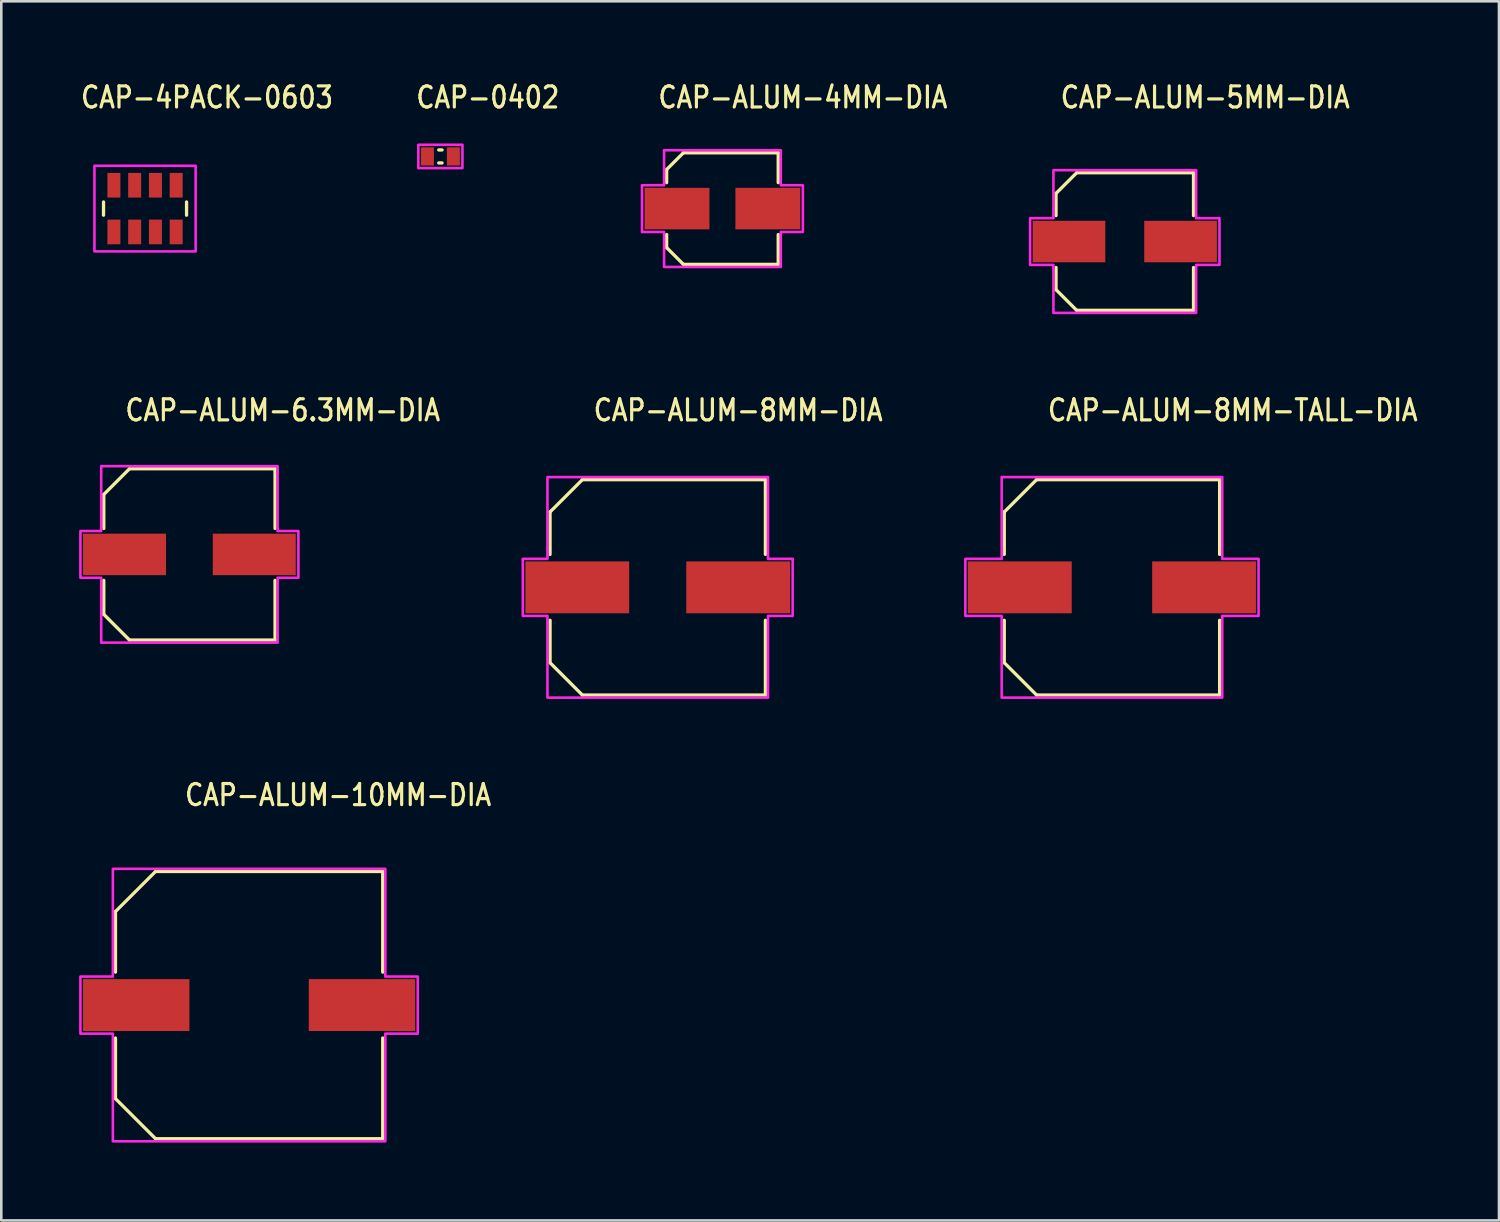
<source format=kicad_pcb>
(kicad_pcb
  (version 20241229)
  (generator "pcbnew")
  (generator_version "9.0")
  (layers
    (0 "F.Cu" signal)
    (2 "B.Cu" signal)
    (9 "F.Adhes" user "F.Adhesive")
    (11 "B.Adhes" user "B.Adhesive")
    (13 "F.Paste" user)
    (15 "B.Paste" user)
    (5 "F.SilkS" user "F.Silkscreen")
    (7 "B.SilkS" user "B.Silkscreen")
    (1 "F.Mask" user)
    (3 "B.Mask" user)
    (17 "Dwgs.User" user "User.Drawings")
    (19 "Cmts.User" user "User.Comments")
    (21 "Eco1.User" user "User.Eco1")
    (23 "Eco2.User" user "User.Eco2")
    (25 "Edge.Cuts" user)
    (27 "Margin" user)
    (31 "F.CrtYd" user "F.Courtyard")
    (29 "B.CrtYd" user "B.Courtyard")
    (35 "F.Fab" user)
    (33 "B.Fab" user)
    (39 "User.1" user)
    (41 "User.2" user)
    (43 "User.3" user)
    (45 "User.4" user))
  (footprint "CAP-ALUM-5MM-DIA"
    (layer "F.Cu")
    (at 40.299 6.259)
    (property "Reference" "CAP-ALUM-5MM-DIA" (at -2.54 -5.08 0) (unlocked yes) (layer "F.SilkS") (effects (font (size 0.813 0.695) (thickness 0.122)) (justify left bottom)))
    (fp_line (start -2.65 -1.855) (end -2.65 -1) (stroke (width 0.127) (type solid)) (layer "F.SilkS"))
    (fp_line (start -2.65 -1.855) (end -1.855 -2.65) (stroke (width 0.127) (type solid)) (layer "F.SilkS"))
    (fp_line (start -2.65 1) (end -2.65 1.855) (stroke (width 0.127) (type solid)) (layer "F.SilkS"))
    (fp_line (start -1.855 -2.65) (end 2.65 -2.65) (stroke (width 0.127) (type solid)) (layer "F.SilkS"))
    (fp_line (start -1.855 2.65) (end -2.65 1.855) (stroke (width 0.127) (type solid)) (layer "F.SilkS"))
    (fp_line (start 2.65 -2.65) (end 2.65 -1) (stroke (width 0.127) (type solid)) (layer "F.SilkS"))
    (fp_line (start 2.65 1) (end 2.65 2.65) (stroke (width 0.127) (type solid)) (layer "F.SilkS"))
    (fp_line (start 2.65 2.65) (end -1.855 2.65) (stroke (width 0.127) (type solid)) (layer "F.SilkS"))
    (fp_poly (pts (xy -2.75 -0.9) (xy -2.75 -2.75) (xy 2.75 -2.75) (xy 2.75 -0.9) (xy 3.65 -0.9) (xy 3.65 0.9) (xy 2.75 0.9) (xy 2.75 2.75) (xy -2.75 2.75) (xy -2.75 0.9) (xy -3.65 0.9) (xy -3.65 -0.9)) (stroke (width 0.1) (type solid)) (fill no) (layer "F.CrtYd"))
    (pad "+" smd rect (at -2.15 0) (size 2.8 1.6) (layers "F.Cu" "F.Mask" "F.Paste"))
    (pad "-" smd rect (at 2.15 0) (size 2.8 1.6) (layers "F.Cu" "F.Mask" "F.Paste")))
  (footprint "CAP-ALUM-4MM-DIA"
    (layer "F.Cu")
    (at 24.793 4.989)
    (property "Reference" "CAP-ALUM-4MM-DIA" (at -2.54 -3.81 0) (unlocked yes) (layer "F.SilkS") (effects (font (size 0.813 0.695) (thickness 0.122)) (justify left bottom)))
    (fp_line (start -2.15 -1.505) (end -2.15 -1) (stroke (width 0.127) (type solid)) (layer "F.SilkS"))
    (fp_line (start -2.15 -1.505) (end -1.505 -2.15) (stroke (width 0.127) (type solid)) (layer "F.SilkS"))
    (fp_line (start -2.15 1) (end -2.15 1.505) (stroke (width 0.127) (type solid)) (layer "F.SilkS"))
    (fp_line (start -1.505 -2.15) (end 2.15 -2.15) (stroke (width 0.127) (type solid)) (layer "F.SilkS"))
    (fp_line (start -1.505 2.15) (end -2.15 1.505) (stroke (width 0.127) (type solid)) (layer "F.SilkS"))
    (fp_line (start 2.15 -2.15) (end 2.15 -1) (stroke (width 0.127) (type solid)) (layer "F.SilkS"))
    (fp_line (start 2.15 1) (end 2.15 2.15) (stroke (width 0.127) (type solid)) (layer "F.SilkS"))
    (fp_line (start 2.15 2.15) (end -1.505 2.15) (stroke (width 0.127) (type solid)) (layer "F.SilkS"))
    (fp_poly (pts (xy -2.25 -0.9) (xy -2.25 -2.25) (xy 2.25 -2.25) (xy 2.25 -0.9) (xy 3.1 -0.9) (xy 3.1 0.9) (xy 2.25 0.9) (xy 2.25 2.25) (xy -2.25 2.25) (xy -2.25 0.9) (xy -3.1 0.9) (xy -3.1 -0.9)) (stroke (width 0.1) (type solid)) (fill no) (layer "F.CrtYd"))
    (pad "+" smd rect (at -1.75 0) (size 2.5 1.6) (layers "F.Cu" "F.Mask" "F.Paste"))
    (pad "-" smd rect (at 1.75 0) (size 2.5 1.6) (layers "F.Cu" "F.Mask" "F.Paste")))
  (footprint "CAP-ALUM-6.3MM-DIA"
    (layer "F.Cu")
    (at 4.25 18.317)
    (property "Reference" "CAP-ALUM-6.3MM-DIA" (at -2.54 -5.08 0) (unlocked yes) (layer "F.SilkS") (effects (font (size 0.813 0.695) (thickness 0.122)) (justify left bottom)))
    (fp_line (start -3.3 -2.31) (end -2.31 -3.3) (stroke (width 0.127) (type solid)) (layer "F.SilkS"))
    (fp_line (start -3.3 -1) (end -3.3 -2.31) (stroke (width 0.127) (type solid)) (layer "F.SilkS"))
    (fp_line (start -3.3 2.31) (end -3.3 1) (stroke (width 0.127) (type solid)) (layer "F.SilkS"))
    (fp_line (start -2.31 -3.3) (end 3.3 -3.3) (stroke (width 0.127) (type solid)) (layer "F.SilkS"))
    (fp_line (start -2.31 3.3) (end -3.3 2.31) (stroke (width 0.127) (type solid)) (layer "F.SilkS"))
    (fp_line (start 3.3 -3.3) (end 3.3 -1) (stroke (width 0.127) (type solid)) (layer "F.SilkS"))
    (fp_line (start 3.3 1) (end 3.3 3.3) (stroke (width 0.127) (type solid)) (layer "F.SilkS"))
    (fp_line (start 3.3 3.3) (end -2.31 3.3) (stroke (width 0.127) (type solid)) (layer "F.SilkS"))
    (fp_poly (pts (xy -3.4 -0.9) (xy -3.4 -3.4) (xy 3.4 -3.4) (xy 3.4 -0.9) (xy 4.2 -0.9) (xy 4.2 0.9) (xy 3.4 0.9) (xy 3.4 3.4) (xy -3.4 3.4) (xy -3.4 0.9) (xy -4.2 0.9) (xy -4.2 -0.9)) (stroke (width 0.1) (type solid)) (fill no) (layer "F.CrtYd"))
    (pad "+" smd rect (at -2.5 0) (size 3.2 1.6) (layers "F.Cu" "F.Mask" "F.Paste"))
    (pad "-" smd rect (at 2.5 0) (size 3.2 1.6) (layers "F.Cu" "F.Mask" "F.Paste")))
  (footprint "CAP-ALUM-10MM-DIA"
    (layer "F.Cu")
    (at 6.55 35.686)
    (property "Reference" "CAP-ALUM-10MM-DIA" (at -2.54 -7.62 0) (unlocked yes) (layer "F.SilkS") (effects (font (size 0.813 0.695) (thickness 0.122)) (justify left bottom)))
    (fp_line (start -5.15 -3.605) (end -3.605 -5.15) (stroke (width 0.127) (type solid)) (layer "F.SilkS"))
    (fp_line (start -5.15 -1.27) (end -5.15 -3.605) (stroke (width 0.127) (type solid)) (layer "F.SilkS"))
    (fp_line (start -5.15 3.605) (end -5.15 1.27) (stroke (width 0.127) (type solid)) (layer "F.SilkS"))
    (fp_line (start -3.605 -5.15) (end 5.15 -5.15) (stroke (width 0.127) (type solid)) (layer "F.SilkS"))
    (fp_line (start -3.605 5.15) (end -5.15 3.605) (stroke (width 0.127) (type solid)) (layer "F.SilkS"))
    (fp_line (start 5.15 -5.15) (end 5.15 -1.27) (stroke (width 0.127) (type solid)) (layer "F.SilkS"))
    (fp_line (start 5.15 1.27) (end 5.15 5.15) (stroke (width 0.127) (type solid)) (layer "F.SilkS"))
    (fp_line (start 5.15 5.15) (end -3.605 5.15) (stroke (width 0.127) (type solid)) (layer "F.SilkS"))
    (fp_poly (pts (xy -6.5 -1.1) (xy -5.25 -1.1) (xy -5.25 -5.25) (xy 5.25 -5.25) (xy 5.25 -1.1) (xy 6.5 -1.1) (xy 6.5 1.1) (xy 5.25 1.1) (xy 5.25 5.25) (xy -5.25 5.25) (xy -5.25 1.1) (xy -6.5 1.1)) (stroke (width 0.1) (type solid)) (fill no) (layer "F.CrtYd"))
    (pad "+" smd rect (at -4.35 0) (size 4.1 2) (layers "F.Cu" "F.Mask" "F.Paste"))
    (pad "-" smd rect (at 4.35 0) (size 4.1 2) (layers "F.Cu" "F.Mask" "F.Paste")))
  (footprint "CAP-4PACK-0603"
    (layer "F.Cu")
    (at 2.54 4.989)
    (property "Reference" "CAP-4PACK-0603" (at -2.54 -3.81 0) (unlocked yes) (layer "F.SilkS") (effects (font (size 0.813 0.695) (thickness 0.122)) (justify left bottom)))
    (fp_line (start -1.6 -0.255) (end -1.6 0.255) (stroke (width 0.127) (type solid)) (layer "F.SilkS"))
    (fp_line (start 1.6 -0.255) (end 1.6 0.255) (stroke (width 0.127) (type solid)) (layer "F.SilkS"))
    (fp_poly (pts (xy -1.95 -1.65) (xy -1.95 1.65) (xy 1.95 1.65) (xy 1.95 -1.65)) (stroke (width 0.1) (type solid)) (fill no) (layer "F.CrtYd"))
    (pad "1" smd rect (at -1.2 -0.9) (size 0.5 0.95) (layers "F.Cu" "F.Mask" "F.Paste"))
    (pad "2" smd rect (at -1.2 0.9) (size 0.5 0.95) (layers "F.Cu" "F.Mask" "F.Paste"))
    (pad "3" smd rect (at -0.4 -0.9) (size 0.5 0.95) (layers "F.Cu" "F.Mask" "F.Paste"))
    (pad "4" smd rect (at -0.4 0.9) (size 0.5 0.95) (layers "F.Cu" "F.Mask" "F.Paste"))
    (pad "5" smd rect (at 0.4 -0.9) (size 0.5 0.95) (layers "F.Cu" "F.Mask" "F.Paste"))
    (pad "6" smd rect (at 0.4 0.9) (size 0.5 0.95) (layers "F.Cu" "F.Mask" "F.Paste"))
    (pad "7" smd rect (at 1.2 -0.9) (size 0.5 0.95) (layers "F.Cu" "F.Mask" "F.Paste"))
    (pad "8" smd rect (at 1.2 0.9) (size 0.5 0.95) (layers "F.Cu" "F.Mask" "F.Paste")))
  (footprint "CAP-ALUM-8MM-TALL-DIA"
    (layer "F.Cu")
    (at 39.805 19.587)
    (property "Reference" "CAP-ALUM-8MM-TALL-DIA" (at -2.54 -6.35 0) (unlocked yes) (layer "F.SilkS") (effects (font (size 0.813 0.695) (thickness 0.122)) (justify left bottom)))
    (fp_line (start -4.15 -2.905) (end -2.905 -4.15) (stroke (width 0.127) (type solid)) (layer "F.SilkS"))
    (fp_line (start -4.15 -1.27) (end -4.15 -2.905) (stroke (width 0.127) (type solid)) (layer "F.SilkS"))
    (fp_line (start -4.15 2.905) (end -4.15 1.27) (stroke (width 0.127) (type solid)) (layer "F.SilkS"))
    (fp_line (start -2.905 -4.15) (end 4.15 -4.15) (stroke (width 0.127) (type solid)) (layer "F.SilkS"))
    (fp_line (start -2.905 4.15) (end -4.15 2.905) (stroke (width 0.127) (type solid)) (layer "F.SilkS"))
    (fp_line (start 4.15 -4.15) (end 4.15 -1.27) (stroke (width 0.127) (type solid)) (layer "F.SilkS"))
    (fp_line (start 4.15 1.27) (end 4.15 4.15) (stroke (width 0.127) (type solid)) (layer "F.SilkS"))
    (fp_line (start 4.15 4.15) (end -2.905 4.15) (stroke (width 0.127) (type solid)) (layer "F.SilkS"))
    (fp_poly (pts (xy -5.65 -1.1) (xy -4.25 -1.1) (xy -4.25 -4.25) (xy 4.25 -4.25) (xy 4.25 -1.1) (xy 5.65 -1.1) (xy 5.65 1.1) (xy 4.25 1.1) (xy 4.25 4.25) (xy -4.25 4.25) (xy -4.25 1.1) (xy -5.65 1.1)) (stroke (width 0.1) (type solid)) (fill no) (layer "F.CrtYd"))
    (pad "+" smd rect (at -3.55 0) (size 4 2) (layers "F.Cu" "F.Mask" "F.Paste"))
    (pad "-" smd rect (at 3.55 0) (size 4 2) (layers "F.Cu" "F.Mask" "F.Paste")))
  (footprint "CAP-0402"
    (layer "F.Cu")
    (at 13.923 2.979)
    (property "Reference" "CAP-0402" (at -1 -1.8 0) (unlocked yes) (layer "F.SilkS") (effects (font (size 0.813 0.695) (thickness 0.122)) (justify left bottom)))
    (fp_line (start -0.064 -0.25) (end 0.064 -0.25) (stroke (width 0.127) (type solid)) (layer "F.SilkS"))
    (fp_line (start -0.064 0.25) (end 0.064 0.25) (stroke (width 0.127) (type solid)) (layer "F.SilkS"))
    (fp_poly (pts (xy -0.85 -0.45) (xy 0.85 -0.45) (xy 0.85 0.45) (xy -0.85 0.45)) (stroke (width 0.1) (type solid)) (fill no) (layer "F.CrtYd"))
    (pad "1" smd rect (at -0.5 0) (size 0.5 0.7) (layers "F.Cu" "F.Mask" "F.Paste"))
    (pad "2" smd rect (at 0.5 0) (size 0.5 0.7) (layers "F.Cu" "F.Mask" "F.Paste")))
  (footprint "CAP-ALUM-8MM-DIA"
    (layer "F.Cu")
    (at 22.299 19.587)
    (property "Reference" "CAP-ALUM-8MM-DIA" (at -2.54 -6.35 0) (unlocked yes) (layer "F.SilkS") (effects (font (size 0.813 0.695) (thickness 0.122)) (justify left bottom)))
    (fp_line (start -4.15 -2.905) (end -2.905 -4.15) (stroke (width 0.127) (type solid)) (layer "F.SilkS"))
    (fp_line (start -4.15 -1.27) (end -4.15 -2.905) (stroke (width 0.127) (type solid)) (layer "F.SilkS"))
    (fp_line (start -4.15 2.905) (end -4.15 1.27) (stroke (width 0.127) (type solid)) (layer "F.SilkS"))
    (fp_line (start -2.905 -4.15) (end 4.15 -4.15) (stroke (width 0.127) (type solid)) (layer "F.SilkS"))
    (fp_line (start -2.905 4.15) (end -4.15 2.905) (stroke (width 0.127) (type solid)) (layer "F.SilkS"))
    (fp_line (start 4.15 -4.15) (end 4.15 -1.27) (stroke (width 0.127) (type solid)) (layer "F.SilkS"))
    (fp_line (start 4.15 1.27) (end 4.15 4.15) (stroke (width 0.127) (type solid)) (layer "F.SilkS"))
    (fp_line (start 4.15 4.15) (end -2.905 4.15) (stroke (width 0.127) (type solid)) (layer "F.SilkS"))
    (fp_poly (pts (xy -5.2 -1.1) (xy -4.25 -1.1) (xy -4.25 -4.25) (xy 4.25 -4.25) (xy 4.25 -1.1) (xy 5.2 -1.1) (xy 5.2 1.1) (xy 4.25 1.1) (xy 4.25 4.25) (xy -4.25 4.25) (xy -4.25 1.1) (xy -5.2 1.1)) (stroke (width 0.1) (type solid)) (fill no) (layer "F.CrtYd"))
    (pad "+" smd rect (at -3.1 0) (size 4 2) (layers "F.Cu" "F.Mask" "F.Paste"))
    (pad "-" smd rect (at 3.1 0) (size 4 2) (layers "F.Cu" "F.Mask" "F.Paste")))
  (gr_rect
    (start -3 -3)
    (end 54.721 43.986)
    (stroke (width 0.1) (type default))
    (fill no)
    (layer "Edge.Cuts")))
</source>
